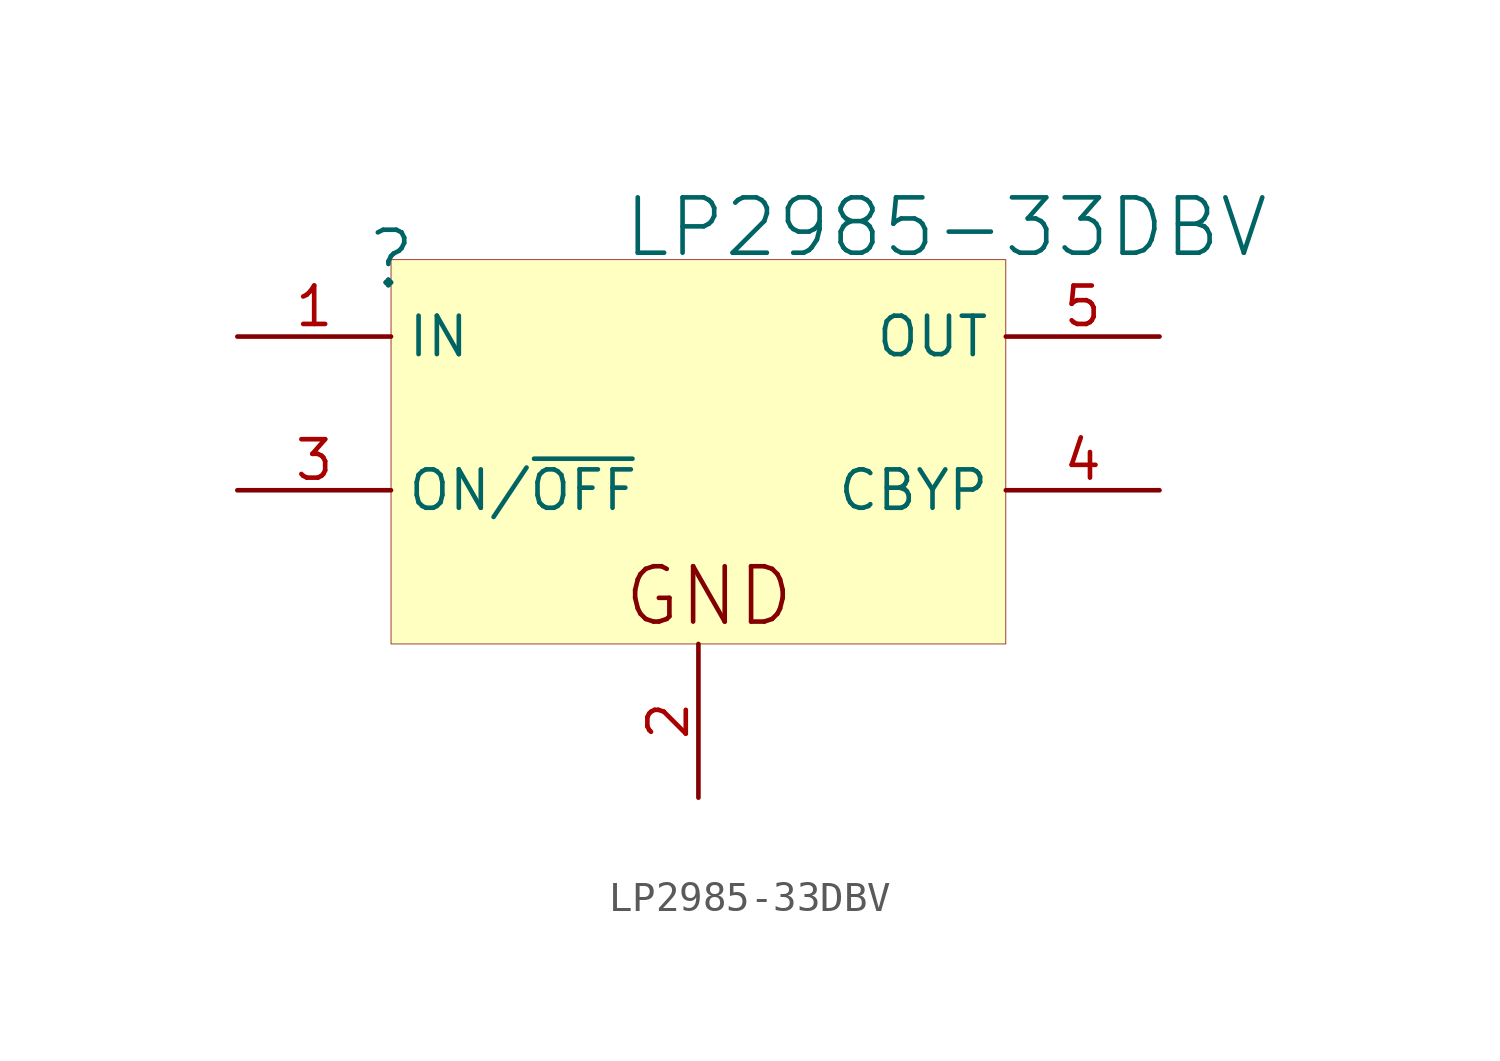
<source format=kicad_sym>
(kicad_symbol_lib
  (version 20241209)
  (generator "kicad_symbol_editor")
  (generator_version "9.0")
  (symbol "LP2985-33DBV"
    (property "Reference" ""
      (at 0 0 0)
      (effects (font (size 1.829 1.829))))
    (property "Value" "LP2985-33DBV"
      (at 7.62 0 0)
      (effects (font (size 1.829 1.829)) (justify left bottom)))
    (symbol "LP2985-33DBV_1_0"
      (rectangle (start 20.32 0) (end 0 -12.7) (stroke (width 0.025) (type solid) (color 128 0 0 1)) (fill (type background)))
      (text "GND" (at 7.62 -12.192 0) (effects (font (size 1.829 1.829)) (justify left bottom)))
      (pin power_in line (at -5.08 -2.54 0) (length 5.08) (name "IN" (effects (font (size 1.27 1.27)))) (number "1" (effects (font (size 1.27 1.27)))))
      (pin passive line (at -5.08 -7.62 0) (length 5.08) (name "ON/~{OFF}" (effects (font (size 1.27 1.27)))) (number "3" (effects (font (size 1.27 1.27)))))
      (pin power_in line (at 10.16 -17.78 90) (length 5.08) (name "GND" (effects (font (size 0 0)))) (number "2" (effects (font (size 1.27 1.27)))))
      (pin power_in line (at 25.4 -2.54 180) (length 5.08) (name "OUT" (effects (font (size 1.27 1.27)))) (number "5" (effects (font (size 1.27 1.27)))))
      (pin passive line (at 25.4 -7.62 180) (length 5.08) (name "CBYP" (effects (font (size 1.27 1.27)))) (number "4" (effects (font (size 1.27 1.27))))))))
</source>
